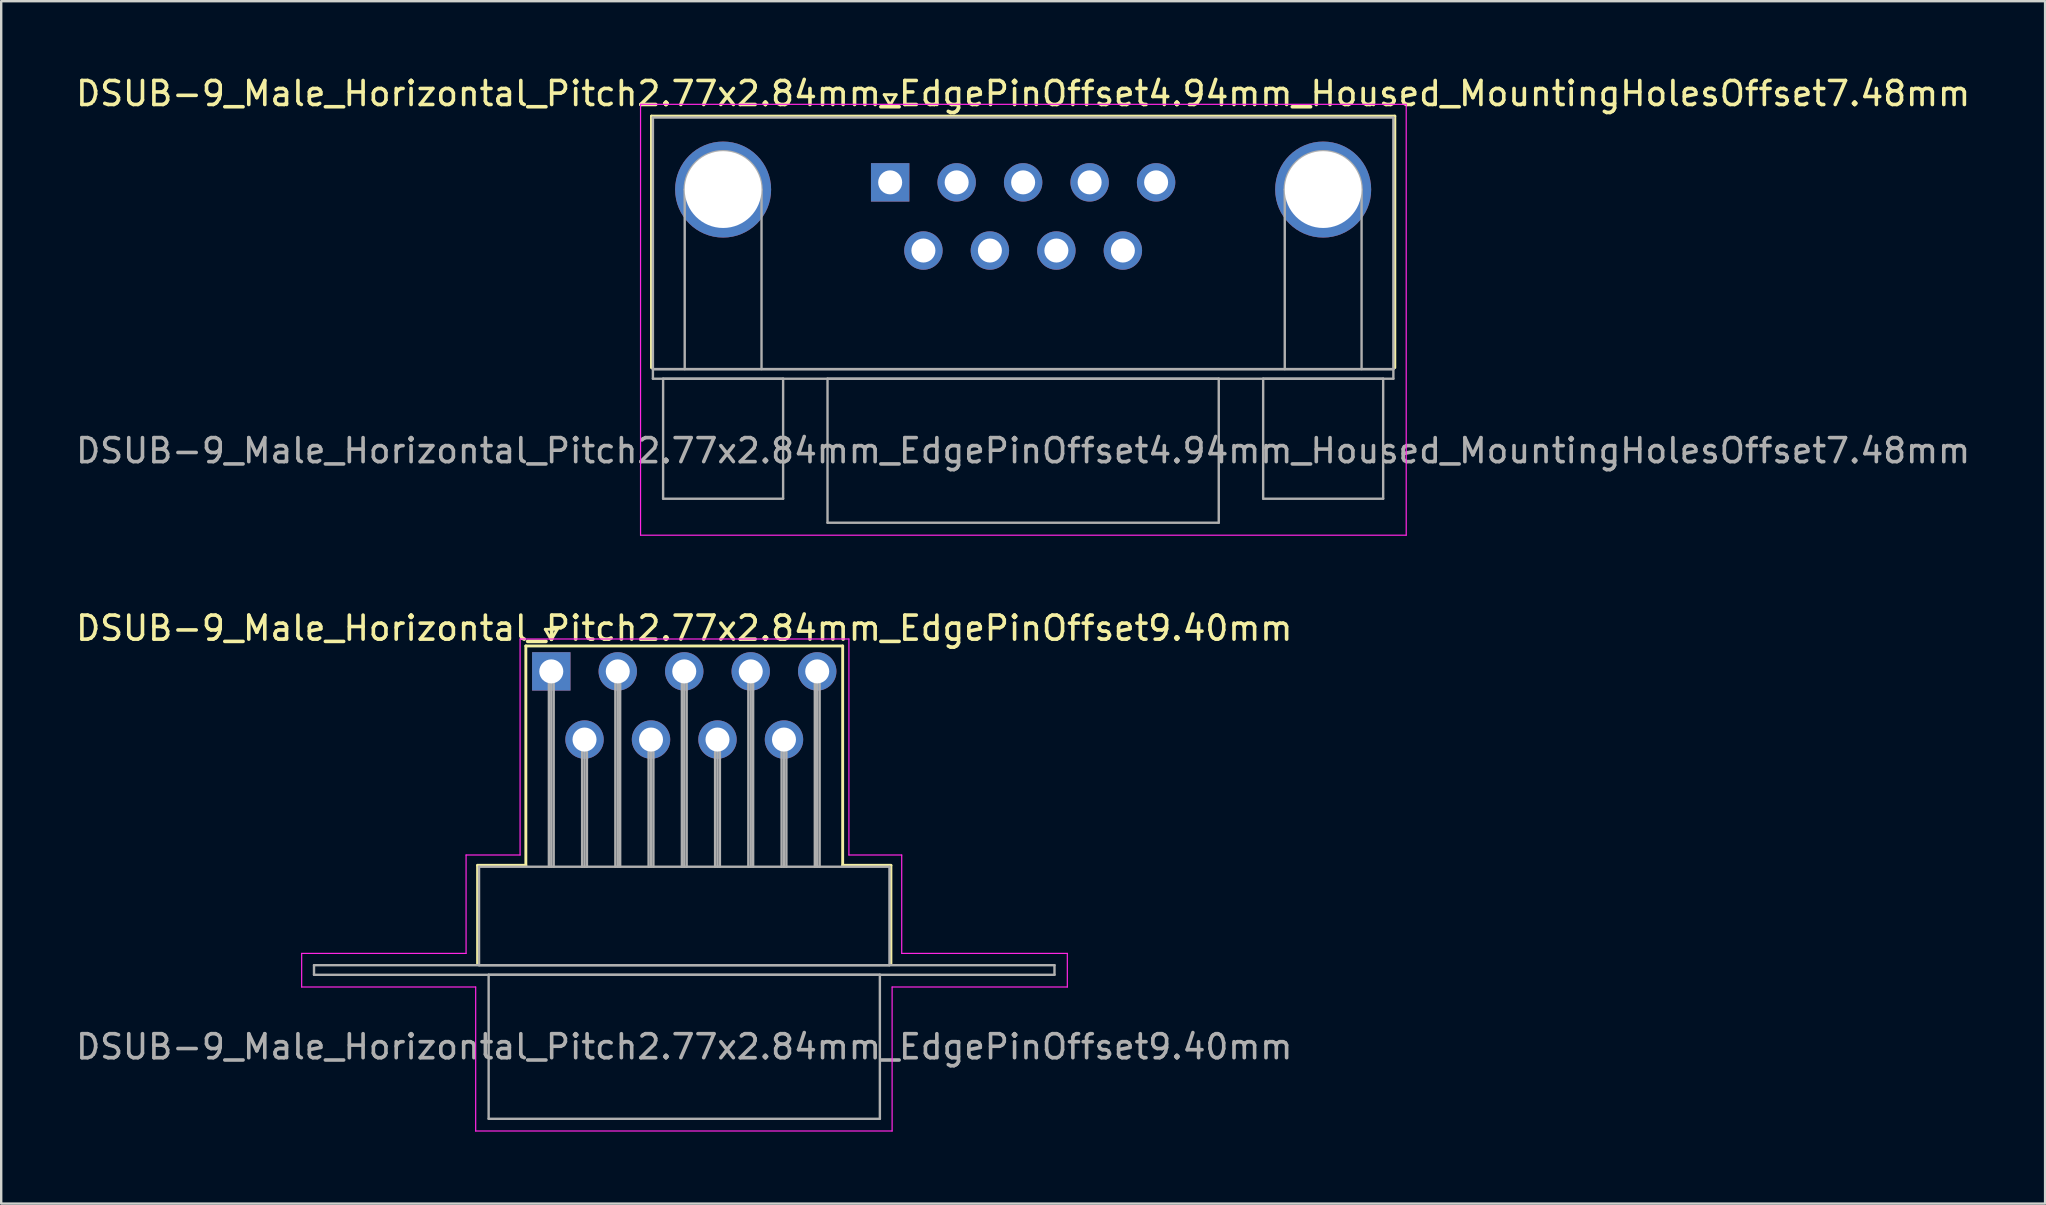
<source format=kicad_pcb>
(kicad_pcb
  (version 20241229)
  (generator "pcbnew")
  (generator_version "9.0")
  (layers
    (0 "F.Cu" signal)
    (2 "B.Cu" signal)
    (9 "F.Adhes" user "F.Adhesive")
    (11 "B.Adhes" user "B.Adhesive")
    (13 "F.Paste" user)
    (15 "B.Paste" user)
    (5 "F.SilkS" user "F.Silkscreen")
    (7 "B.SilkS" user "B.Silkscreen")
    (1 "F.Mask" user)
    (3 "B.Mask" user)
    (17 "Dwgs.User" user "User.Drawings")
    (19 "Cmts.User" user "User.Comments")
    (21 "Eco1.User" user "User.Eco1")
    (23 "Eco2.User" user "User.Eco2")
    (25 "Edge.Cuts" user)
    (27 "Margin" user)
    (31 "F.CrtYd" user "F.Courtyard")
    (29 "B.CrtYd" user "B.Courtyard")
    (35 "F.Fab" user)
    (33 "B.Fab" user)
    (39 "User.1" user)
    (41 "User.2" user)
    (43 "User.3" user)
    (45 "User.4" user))
  (footprint "DSUB-9_Male_Horizontal_Pitch2.77x2.84mm_EdgePinOffset9.40mm"
    (layer "F.Cu")
    (at 19.918 24.922)
    (property "Reference" "DSUB-9_Male_Horizontal_Pitch2.77x2.84mm_EdgePinOffset9.40mm" (at 5.54 -1.8 0) (layer "F.SilkS") (effects (font (size 1 1) (thickness 0.15))))
    (attr through_hole)
    (fp_line (start -3.07 8.08) (end -1.06 8.08) (stroke (width 0.12) (type solid)) (layer "F.SilkS"))
    (fp_line (start -3.07 12.18) (end -3.07 8.08) (stroke (width 0.12) (type solid)) (layer "F.SilkS"))
    (fp_line (start -1.06 -1.06) (end 12.14 -1.06) (stroke (width 0.12) (type solid)) (layer "F.SilkS"))
    (fp_line (start -1.06 8.08) (end -1.06 -1.06) (stroke (width 0.12) (type solid)) (layer "F.SilkS"))
    (fp_line (start -0.25 -1.754) (end 0.25 -1.754) (stroke (width 0.12) (type solid)) (layer "F.SilkS"))
    (fp_line (start 0 -1.321) (end -0.25 -1.754) (stroke (width 0.12) (type solid)) (layer "F.SilkS"))
    (fp_line (start 0.25 -1.754) (end 0 -1.321) (stroke (width 0.12) (type solid)) (layer "F.SilkS"))
    (fp_line (start 12.14 -1.06) (end 12.14 8.08) (stroke (width 0.12) (type solid)) (layer "F.SilkS"))
    (fp_line (start 12.14 8.08) (end 14.15 8.08) (stroke (width 0.12) (type solid)) (layer "F.SilkS"))
    (fp_line (start 14.15 8.08) (end 14.15 12.18) (stroke (width 0.12) (type solid)) (layer "F.SilkS"))
    (fp_line (start -10.4 11.75) (end -3.55 11.75) (stroke (width 0.05) (type solid)) (layer "F.CrtYd"))
    (fp_line (start -10.4 13.15) (end -10.4 11.75) (stroke (width 0.05) (type solid)) (layer "F.CrtYd"))
    (fp_line (start -3.55 7.65) (end -1.3 7.65) (stroke (width 0.05) (type solid)) (layer "F.CrtYd"))
    (fp_line (start -3.55 11.75) (end -3.55 7.65) (stroke (width 0.05) (type solid)) (layer "F.CrtYd"))
    (fp_line (start -3.15 13.15) (end -10.4 13.15) (stroke (width 0.05) (type solid)) (layer "F.CrtYd"))
    (fp_line (start -3.15 19.15) (end -3.15 13.15) (stroke (width 0.05) (type solid)) (layer "F.CrtYd"))
    (fp_line (start -1.3 -1.35) (end 12.4 -1.35) (stroke (width 0.05) (type solid)) (layer "F.CrtYd"))
    (fp_line (start -1.3 7.65) (end -1.3 -1.35) (stroke (width 0.05) (type solid)) (layer "F.CrtYd"))
    (fp_line (start 12.4 -1.35) (end 12.4 7.65) (stroke (width 0.05) (type solid)) (layer "F.CrtYd"))
    (fp_line (start 12.4 7.65) (end 14.6 7.65) (stroke (width 0.05) (type solid)) (layer "F.CrtYd"))
    (fp_line (start 14.2 13.15) (end 14.2 19.15) (stroke (width 0.05) (type solid)) (layer "F.CrtYd"))
    (fp_line (start 14.2 19.15) (end -3.15 19.15) (stroke (width 0.05) (type solid)) (layer "F.CrtYd"))
    (fp_line (start 14.6 7.65) (end 14.6 11.75) (stroke (width 0.05) (type solid)) (layer "F.CrtYd"))
    (fp_line (start 14.6 11.75) (end 21.5 11.75) (stroke (width 0.05) (type solid)) (layer "F.CrtYd"))
    (fp_line (start 21.5 11.75) (end 21.5 13.15) (stroke (width 0.05) (type solid)) (layer "F.CrtYd"))
    (fp_line (start 21.5 13.15) (end 14.2 13.15) (stroke (width 0.05) (type solid)) (layer "F.CrtYd"))
    (fp_line (start -9.885 12.24) (end -9.885 12.64) (stroke (width 0.1) (type solid)) (layer "F.Fab"))
    (fp_line (start -9.885 12.64) (end 20.965 12.64) (stroke (width 0.1) (type solid)) (layer "F.Fab"))
    (fp_line (start -3.01 8.14) (end -3.01 12.24) (stroke (width 0.1) (type solid)) (layer "F.Fab"))
    (fp_line (start -3.01 12.24) (end 14.09 12.24) (stroke (width 0.1) (type solid)) (layer "F.Fab"))
    (fp_line (start -2.61 12.64) (end -2.61 18.64) (stroke (width 0.1) (type solid)) (layer "F.Fab"))
    (fp_line (start -2.61 18.64) (end 13.69 18.64) (stroke (width 0.1) (type solid)) (layer "F.Fab"))
    (fp_line (start -0.1 0) (end -0.1 8.14) (stroke (width 0.1) (type solid)) (layer "F.Fab"))
    (fp_line (start 0 0) (end 0 8.14) (stroke (width 0.1) (type solid)) (layer "F.Fab"))
    (fp_line (start 0.1 0) (end 0.1 8.14) (stroke (width 0.1) (type solid)) (layer "F.Fab"))
    (fp_line (start 1.285 2.84) (end 1.285 8.14) (stroke (width 0.1) (type solid)) (layer "F.Fab"))
    (fp_line (start 1.385 2.84) (end 1.385 8.14) (stroke (width 0.1) (type solid)) (layer "F.Fab"))
    (fp_line (start 1.485 2.84) (end 1.485 8.14) (stroke (width 0.1) (type solid)) (layer "F.Fab"))
    (fp_line (start 2.67 0) (end 2.67 8.14) (stroke (width 0.1) (type solid)) (layer "F.Fab"))
    (fp_line (start 2.77 0) (end 2.77 8.14) (stroke (width 0.1) (type solid)) (layer "F.Fab"))
    (fp_line (start 2.87 0) (end 2.87 8.14) (stroke (width 0.1) (type solid)) (layer "F.Fab"))
    (fp_line (start 4.055 2.84) (end 4.055 8.14) (stroke (width 0.1) (type solid)) (layer "F.Fab"))
    (fp_line (start 4.155 2.84) (end 4.155 8.14) (stroke (width 0.1) (type solid)) (layer "F.Fab"))
    (fp_line (start 4.255 2.84) (end 4.255 8.14) (stroke (width 0.1) (type solid)) (layer "F.Fab"))
    (fp_line (start 5.44 0) (end 5.44 8.14) (stroke (width 0.1) (type solid)) (layer "F.Fab"))
    (fp_line (start 5.54 0) (end 5.54 8.14) (stroke (width 0.1) (type solid)) (layer "F.Fab"))
    (fp_line (start 5.64 0) (end 5.64 8.14) (stroke (width 0.1) (type solid)) (layer "F.Fab"))
    (fp_line (start 6.825 2.84) (end 6.825 8.14) (stroke (width 0.1) (type solid)) (layer "F.Fab"))
    (fp_line (start 6.925 2.84) (end 6.925 8.14) (stroke (width 0.1) (type solid)) (layer "F.Fab"))
    (fp_line (start 7.025 2.84) (end 7.025 8.14) (stroke (width 0.1) (type solid)) (layer "F.Fab"))
    (fp_line (start 8.21 0) (end 8.21 8.14) (stroke (width 0.1) (type solid)) (layer "F.Fab"))
    (fp_line (start 8.31 0) (end 8.31 8.14) (stroke (width 0.1) (type solid)) (layer "F.Fab"))
    (fp_line (start 8.41 0) (end 8.41 8.14) (stroke (width 0.1) (type solid)) (layer "F.Fab"))
    (fp_line (start 9.595 2.84) (end 9.595 8.14) (stroke (width 0.1) (type solid)) (layer "F.Fab"))
    (fp_line (start 9.695 2.84) (end 9.695 8.14) (stroke (width 0.1) (type solid)) (layer "F.Fab"))
    (fp_line (start 9.795 2.84) (end 9.795 8.14) (stroke (width 0.1) (type solid)) (layer "F.Fab"))
    (fp_line (start 10.98 0) (end 10.98 8.14) (stroke (width 0.1) (type solid)) (layer "F.Fab"))
    (fp_line (start 11.08 0) (end 11.08 8.14) (stroke (width 0.1) (type solid)) (layer "F.Fab"))
    (fp_line (start 11.18 0) (end 11.18 8.14) (stroke (width 0.1) (type solid)) (layer "F.Fab"))
    (fp_line (start 13.69 12.64) (end -2.61 12.64) (stroke (width 0.1) (type solid)) (layer "F.Fab"))
    (fp_line (start 13.69 18.64) (end 13.69 12.64) (stroke (width 0.1) (type solid)) (layer "F.Fab"))
    (fp_line (start 14.09 8.14) (end -3.01 8.14) (stroke (width 0.1) (type solid)) (layer "F.Fab"))
    (fp_line (start 14.09 12.24) (end 14.09 8.14) (stroke (width 0.1) (type solid)) (layer "F.Fab"))
    (fp_line (start 20.965 12.24) (end -9.885 12.24) (stroke (width 0.1) (type solid)) (layer "F.Fab"))
    (fp_line (start 20.965 12.64) (end 20.965 12.24) (stroke (width 0.1) (type solid)) (layer "F.Fab"))
    (fp_text user "${REFERENCE}" (at 5.54 15.64 0) (layer "F.Fab") (effects (font (size 1 1) (thickness 0.15))))
    (pad "1" thru_hole rect (at 0 0) (size 1.6 1.6) (drill 1) (layers "*.Cu" "*.Mask"))
    (pad "2" thru_hole circle (at 2.77 0) (size 1.6 1.6) (drill 1) (layers "*.Cu" "*.Mask"))
    (pad "3" thru_hole circle (at 5.54 0) (size 1.6 1.6) (drill 1) (layers "*.Cu" "*.Mask"))
    (pad "4" thru_hole circle (at 8.31 0) (size 1.6 1.6) (drill 1) (layers "*.Cu" "*.Mask"))
    (pad "5" thru_hole circle (at 11.08 0) (size 1.6 1.6) (drill 1) (layers "*.Cu" "*.Mask"))
    (pad "6" thru_hole circle (at 1.385 2.84) (size 1.6 1.6) (drill 1) (layers "*.Cu" "*.Mask"))
    (pad "7" thru_hole circle (at 4.155 2.84) (size 1.6 1.6) (drill 1) (layers "*.Cu" "*.Mask"))
    (pad "8" thru_hole circle (at 6.925 2.84) (size 1.6 1.6) (drill 1) (layers "*.Cu" "*.Mask"))
    (pad "9" thru_hole circle (at 9.695 2.84) (size 1.6 1.6) (drill 1) (layers "*.Cu" "*.Mask")))
  (footprint "DSUB-9_Male_Horizontal_Pitch2.77x2.84mm_EdgePinOffset4.94mm_Housed_MountingHolesOffset7.48mm"
    (layer "F.Cu")
    (at 34.037 4.548)
    (property "Reference" "DSUB-9_Male_Horizontal_Pitch2.77x2.84mm_EdgePinOffset4.94mm_Housed_MountingHolesOffset7.48mm" (at 5.54 -3.7 0) (layer "F.SilkS") (effects (font (size 1 1) (thickness 0.15))))
    (attr through_hole)
    (fp_line (start -9.945 -2.76) (end 21.025 -2.76) (stroke (width 0.12) (type solid)) (layer "F.SilkS"))
    (fp_line (start -9.945 7.72) (end -9.945 -2.76) (stroke (width 0.12) (type solid)) (layer "F.SilkS"))
    (fp_line (start -0.25 -3.654) (end 0.25 -3.654) (stroke (width 0.12) (type solid)) (layer "F.SilkS"))
    (fp_line (start 0 -3.221) (end -0.25 -3.654) (stroke (width 0.12) (type solid)) (layer "F.SilkS"))
    (fp_line (start 0.25 -3.654) (end 0 -3.221) (stroke (width 0.12) (type solid)) (layer "F.SilkS"))
    (fp_line (start 21.025 -2.76) (end 21.025 7.72) (stroke (width 0.12) (type solid)) (layer "F.SilkS"))
    (fp_line (start -10.4 -3.25) (end -10.4 14.7) (stroke (width 0.05) (type solid)) (layer "F.CrtYd"))
    (fp_line (start -10.4 14.7) (end 21.5 14.7) (stroke (width 0.05) (type solid)) (layer "F.CrtYd"))
    (fp_line (start 21.5 -3.25) (end -10.4 -3.25) (stroke (width 0.05) (type solid)) (layer "F.CrtYd"))
    (fp_line (start 21.5 14.7) (end 21.5 -3.25) (stroke (width 0.05) (type solid)) (layer "F.CrtYd"))
    (fp_line (start -9.885 -2.7) (end -9.885 7.78) (stroke (width 0.1) (type solid)) (layer "F.Fab"))
    (fp_line (start -9.885 7.78) (end -9.885 8.18) (stroke (width 0.1) (type solid)) (layer "F.Fab"))
    (fp_line (start -9.885 7.78) (end 20.965 7.78) (stroke (width 0.1) (type solid)) (layer "F.Fab"))
    (fp_line (start -9.885 8.18) (end 20.965 8.18) (stroke (width 0.1) (type solid)) (layer "F.Fab"))
    (fp_line (start -9.46 8.18) (end -9.46 13.18) (stroke (width 0.1) (type solid)) (layer "F.Fab"))
    (fp_line (start -9.46 13.18) (end -4.46 13.18) (stroke (width 0.1) (type solid)) (layer "F.Fab"))
    (fp_line (start -8.56 7.78) (end -8.56 0.3) (stroke (width 0.1) (type solid)) (layer "F.Fab"))
    (fp_line (start -5.36 7.78) (end -5.36 0.3) (stroke (width 0.1) (type solid)) (layer "F.Fab"))
    (fp_line (start -4.46 8.18) (end -9.46 8.18) (stroke (width 0.1) (type solid)) (layer "F.Fab"))
    (fp_line (start -4.46 13.18) (end -4.46 8.18) (stroke (width 0.1) (type solid)) (layer "F.Fab"))
    (fp_line (start -2.61 8.18) (end -2.61 14.18) (stroke (width 0.1) (type solid)) (layer "F.Fab"))
    (fp_line (start -2.61 14.18) (end 13.69 14.18) (stroke (width 0.1) (type solid)) (layer "F.Fab"))
    (fp_line (start 13.69 8.18) (end -2.61 8.18) (stroke (width 0.1) (type solid)) (layer "F.Fab"))
    (fp_line (start 13.69 14.18) (end 13.69 8.18) (stroke (width 0.1) (type solid)) (layer "F.Fab"))
    (fp_line (start 15.54 8.18) (end 15.54 13.18) (stroke (width 0.1) (type solid)) (layer "F.Fab"))
    (fp_line (start 15.54 13.18) (end 20.54 13.18) (stroke (width 0.1) (type solid)) (layer "F.Fab"))
    (fp_line (start 16.44 7.78) (end 16.44 0.3) (stroke (width 0.1) (type solid)) (layer "F.Fab"))
    (fp_line (start 19.64 7.78) (end 19.64 0.3) (stroke (width 0.1) (type solid)) (layer "F.Fab"))
    (fp_line (start 20.54 8.18) (end 15.54 8.18) (stroke (width 0.1) (type solid)) (layer "F.Fab"))
    (fp_line (start 20.54 13.18) (end 20.54 8.18) (stroke (width 0.1) (type solid)) (layer "F.Fab"))
    (fp_line (start 20.965 -2.7) (end -9.885 -2.7) (stroke (width 0.1) (type solid)) (layer "F.Fab"))
    (fp_line (start 20.965 7.78) (end -9.885 7.78) (stroke (width 0.1) (type solid)) (layer "F.Fab"))
    (fp_line (start 20.965 7.78) (end 20.965 -2.7) (stroke (width 0.1) (type solid)) (layer "F.Fab"))
    (fp_line (start 20.965 8.18) (end 20.965 7.78) (stroke (width 0.1) (type solid)) (layer "F.Fab"))
    (fp_arc (start -8.56 0.3) (mid -6.96 -1.3) (end -5.36 0.3) (stroke (width 0.1) (type solid)) (layer "F.Fab"))
    (fp_arc (start 16.44 0.3) (mid 18.04 -1.3) (end 19.64 0.3) (stroke (width 0.1) (type solid)) (layer "F.Fab"))
    (fp_text user "${REFERENCE}" (at 5.54 11.18 0) (layer "F.Fab") (effects (font (size 1 1) (thickness 0.15))))
    (pad "0" thru_hole circle (at -6.96 0.3) (size 4 4) (drill 3.2) (layers "*.Cu" "*.Mask"))
    (pad "0" thru_hole circle (at 18.04 0.3) (size 4 4) (drill 3.2) (layers "*.Cu" "*.Mask"))
    (pad "1" thru_hole rect (at 0 0) (size 1.6 1.6) (drill 1) (layers "*.Cu" "*.Mask"))
    (pad "2" thru_hole circle (at 2.77 0) (size 1.6 1.6) (drill 1) (layers "*.Cu" "*.Mask"))
    (pad "3" thru_hole circle (at 5.54 0) (size 1.6 1.6) (drill 1) (layers "*.Cu" "*.Mask"))
    (pad "4" thru_hole circle (at 8.31 0) (size 1.6 1.6) (drill 1) (layers "*.Cu" "*.Mask"))
    (pad "5" thru_hole circle (at 11.08 0) (size 1.6 1.6) (drill 1) (layers "*.Cu" "*.Mask"))
    (pad "6" thru_hole circle (at 1.385 2.84) (size 1.6 1.6) (drill 1) (layers "*.Cu" "*.Mask"))
    (pad "7" thru_hole circle (at 4.155 2.84) (size 1.6 1.6) (drill 1) (layers "*.Cu" "*.Mask"))
    (pad "8" thru_hole circle (at 6.925 2.84) (size 1.6 1.6) (drill 1) (layers "*.Cu" "*.Mask"))
    (pad "9" thru_hole circle (at 9.695 2.84) (size 1.6 1.6) (drill 1) (layers "*.Cu" "*.Mask")))
  (gr_rect
    (start -3 -3)
    (end 82.155 47.096)
    (stroke (width 0.1) (type default))
    (fill no)
    (layer "Edge.Cuts")))
</source>
